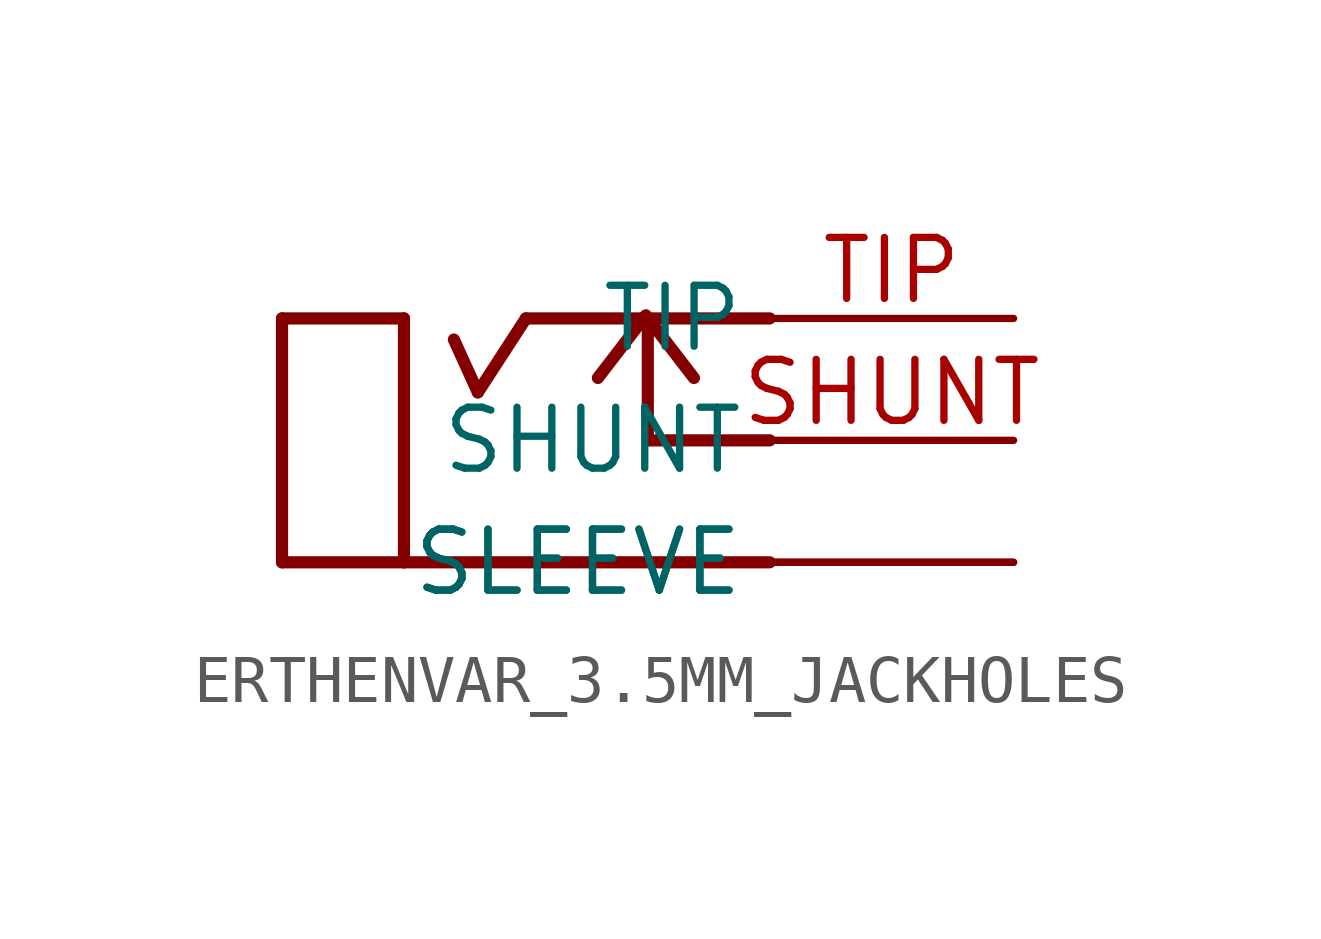
<source format=kicad_sym>
(kicad_symbol_lib
  (version 20211014)
  (generator kicad_symbol_editor)
  (symbol "ERTHENVAR_3.5MM_JACKHOLES"
    (property "Reference" ""
      (at 0 0 0)
      (effects (font (size 1.27 1.27)) hide))
    (property "ki_locked" ""
      (at 0 0 0)
      (effects (font (size 1.27 1.27))))
    (symbol "ERTHENVAR_3.5MM_JACKHOLES_1_0"
      (polyline (pts (xy -5.08 -2.54) (xy -5.08 2.54)) (stroke (width 0.254) (type default) (color 0 0 0 0)) (fill (type none)))
      (polyline (pts (xy -5.08 -2.54) (xy -2.54 -2.54)) (stroke (width 0.254) (type default) (color 0 0 0 0)) (fill (type none)))
      (polyline (pts (xy -5.08 2.54) (xy -2.54 2.54)) (stroke (width 0.254) (type default) (color 0 0 0 0)) (fill (type none)))
      (polyline (pts (xy -2.54 -2.54) (xy 5.08 -2.54)) (stroke (width 0.254) (type default) (color 0 0 0 0)) (fill (type none)))
      (polyline (pts (xy -2.54 2.54) (xy -2.54 -2.54)) (stroke (width 0.254) (type default) (color 0 0 0 0)) (fill (type none)))
      (polyline (pts (xy -1 1) (xy -1.5 2.1)) (stroke (width 0.254) (type default) (color 0 0 0 0)) (fill (type none)))
      (polyline (pts (xy -1 1) (xy 0 2.54)) (stroke (width 0.254) (type default) (color 0 0 0 0)) (fill (type none)))
      (polyline (pts (xy 0 2.54) (xy 2.54 2.54)) (stroke (width 0.254) (type default) (color 0 0 0 0)) (fill (type none)))
      (polyline (pts (xy 2.5 2.6) (xy 1.5 1.3)) (stroke (width 0.254) (type default) (color 0 0 0 0)) (fill (type none)))
      (polyline (pts (xy 2.5 2.6) (xy 3.5 1.3)) (stroke (width 0.254) (type default) (color 0 0 0 0)) (fill (type none)))
      (polyline (pts (xy 2.54 0) (xy 2.54 2.54)) (stroke (width 0.254) (type default) (color 0 0 0 0)) (fill (type none)))
      (polyline (pts (xy 2.54 2.54) (xy 5.08 2.54)) (stroke (width 0.254) (type default) (color 0 0 0 0)) (fill (type none)))
      (polyline (pts (xy 5.08 0) (xy 2.54 0)) (stroke (width 0.254) (type default) (color 0 0 0 0)) (fill (type none)))
      (pin bidirectional line (at 10.16 -2.54 180) (length 5.08) (name "SLEEVE" (effects (font (size 1.27 1.27)))) (number "RING1" (effects (font (size 0 0)))))
      (pin bidirectional line (at 10.16 -2.54 180) (length 5.08) (name "SLEEVE" (effects (font (size 1.27 1.27)))) (number "RING2" (effects (font (size 0 0)))))
      (pin bidirectional line (at 10.16 0 180) (length 5.08) (name "SHUNT" (effects (font (size 1.27 1.27)))) (number "SHUNT" (effects (font (size 1.27 1.27)))))
      (pin bidirectional line (at 10.16 2.54 180) (length 5.08) (name "TIP" (effects (font (size 1.27 1.27)))) (number "TIP" (effects (font (size 1.27 1.27))))))))
</source>
